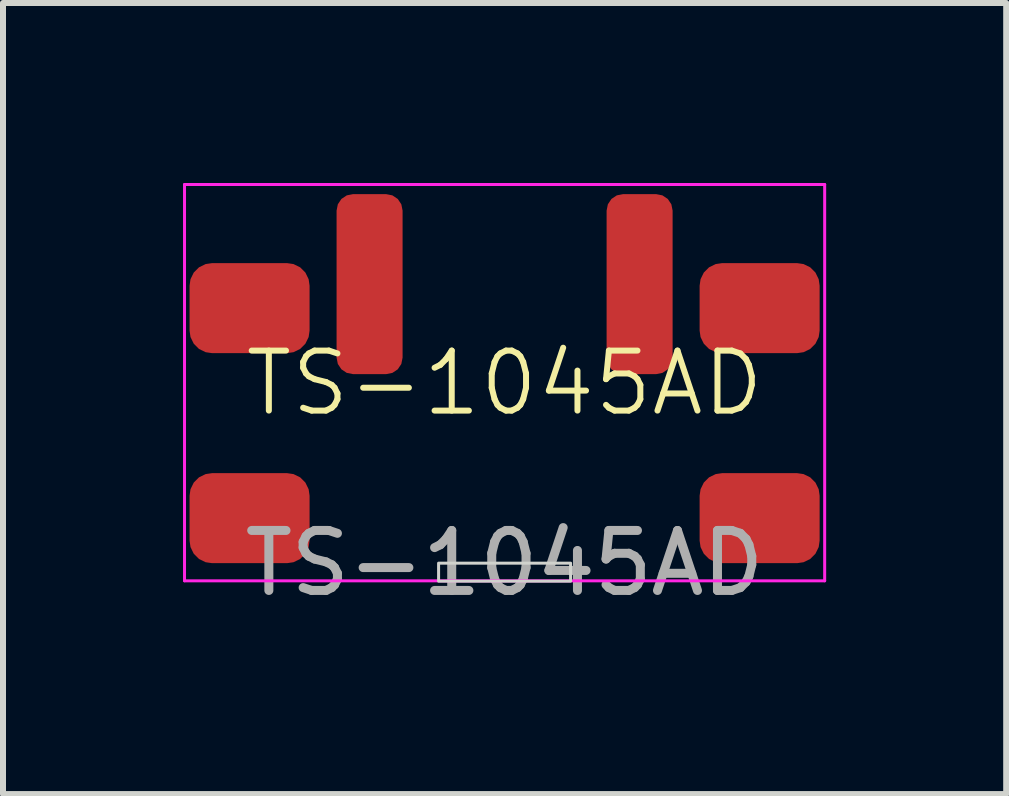
<source format=kicad_pcb>
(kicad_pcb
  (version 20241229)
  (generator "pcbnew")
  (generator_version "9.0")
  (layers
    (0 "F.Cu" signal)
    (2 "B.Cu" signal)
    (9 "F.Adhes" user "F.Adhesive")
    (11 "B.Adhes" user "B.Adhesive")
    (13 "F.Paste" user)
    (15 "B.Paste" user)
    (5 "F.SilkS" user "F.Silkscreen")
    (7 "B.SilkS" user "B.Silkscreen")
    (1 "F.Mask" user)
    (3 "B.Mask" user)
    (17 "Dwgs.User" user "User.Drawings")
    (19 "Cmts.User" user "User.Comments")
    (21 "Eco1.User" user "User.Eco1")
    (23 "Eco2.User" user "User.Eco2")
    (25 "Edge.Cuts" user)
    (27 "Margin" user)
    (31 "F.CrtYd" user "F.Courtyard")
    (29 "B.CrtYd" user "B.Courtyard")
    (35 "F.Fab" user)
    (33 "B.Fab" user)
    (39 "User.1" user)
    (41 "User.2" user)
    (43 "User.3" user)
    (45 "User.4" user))
  (footprint "TS-1045AD"
    (layer "F.Cu")
    (at 5.359 3.835)
    (property "Reference" "TS-1045AD" (at 0 -0.5 0) (unlocked yes) (layer "F.SilkS") (effects (font (size 1 1) (thickness 0.1))))
    (attr smd)
    (fp_rect (start -1.1 2.5) (end 1.1 2.8) (stroke (width 0.05) (type default)) (fill no) (layer "Edge.Cuts"))
    (fp_line (start -5.334 -3.81) (end 5.334 -3.81) (stroke (width 0.05) (type default)) (layer "F.CrtYd"))
    (fp_line (start -5.334 2.794) (end -5.334 -3.81) (stroke (width 0.05) (type default)) (layer "F.CrtYd"))
    (fp_line (start 5.334 -3.81) (end 5.334 2.794) (stroke (width 0.05) (type default)) (layer "F.CrtYd"))
    (fp_line (start 5.334 2.794) (end -5.334 2.794) (stroke (width 0.05) (type default)) (layer "F.CrtYd"))
    (fp_text user "${REFERENCE}" (at 0 2.5 0) (unlocked yes) (layer "F.Fab") (effects (font (size 1 1) (thickness 0.15))))
    (pad "1" smd roundrect (at -2.25 -2.15) (size 1.1 3) (layers "F.Cu" "F.Mask" "F.Paste") (roundrect_rratio 0.25))
    (pad "2" smd roundrect (at 2.25 -2.15) (size 1.1 3) (layers "F.Cu" "F.Mask" "F.Paste") (roundrect_rratio 0.25))
    (pad "3" smd roundrect (at -4.25 -1.75) (size 2 1.5) (layers "F.Cu" "F.Mask" "F.Paste") (roundrect_rratio 0.25))
    (pad "4" smd roundrect (at -4.25 1.75) (size 2 1.5) (layers "F.Cu" "F.Mask" "F.Paste") (roundrect_rratio 0.25))
    (pad "5" smd roundrect (at 4.25 1.75) (size 2 1.5) (layers "F.Cu" "F.Mask" "F.Paste") (roundrect_rratio 0.25))
    (pad "6" smd roundrect (at 4.25 -1.75) (size 2 1.5) (layers "F.Cu" "F.Mask" "F.Paste") (roundrect_rratio 0.25)))
  (gr_rect
    (start -3 -3)
    (end 13.718 10.183)
    (stroke (width 0.1) (type default))
    (fill no)
    (layer "Edge.Cuts")))
</source>
